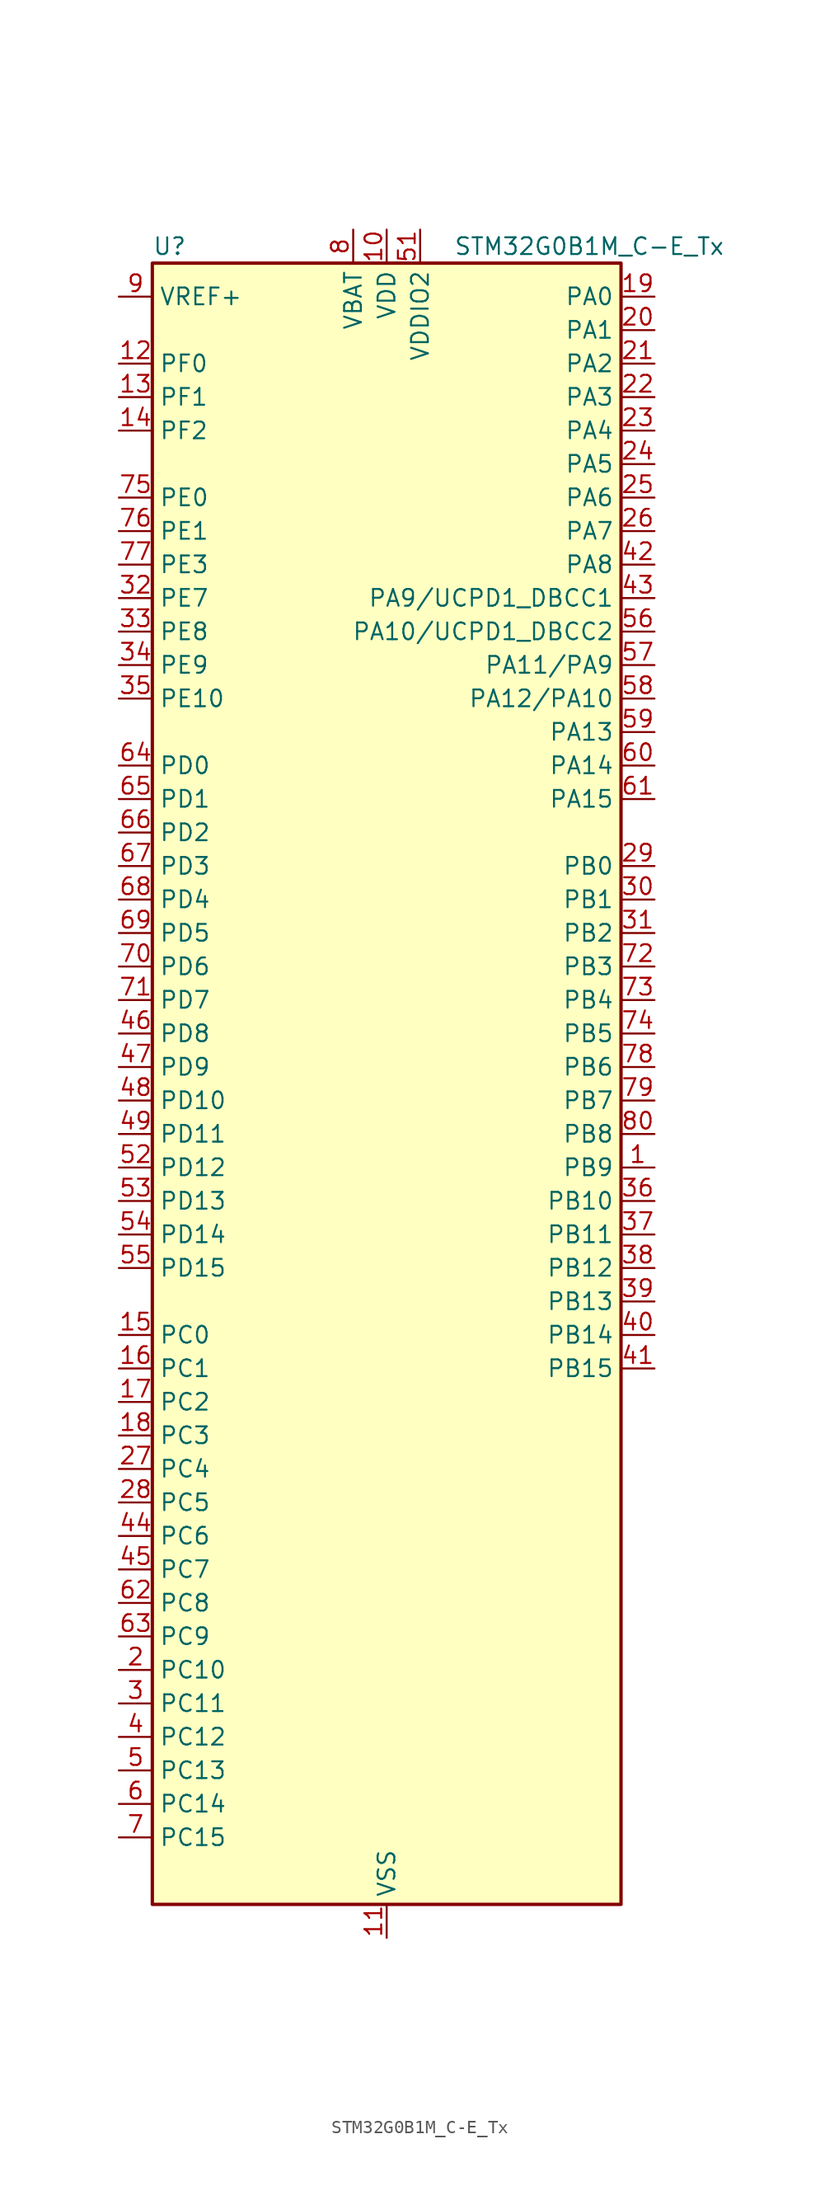
<source format=kicad_sym>
(kicad_symbol_lib
  (version 20211014)
  (generator kicad-library-utils)
  (symbol "STM32G0B1M_C-E_Tx"
    (property "Reference" "U"
      (at -17.78 64.77 0)
      (effects (font (size 1.27 1.27)) (justify left)))
    (property "Value" "STM32G0B1M_C-E_Tx"
      (at 5.08 64.77 0)
      (effects (font (size 1.27 1.27)) (justify left)))
    (property "ki_fp_filters" "LQFP*12x12mm*P0.5mm*"
      (at 0.0 0.0 0.0)
      (effects (font (size 1.27 1.27))))
    (symbol "STM32G0B1M_C-E_Tx_0_1"
      (rectangle (start -17.78 -60.96) (end 17.78 63.5) (stroke (width 0.254)) (fill (type background))))
    (symbol "STM32G0B1M_C-E_Tx_1_1"
      (pin input line (at -20.32 60.96 0) (length 2.54) (name "VREF+" (effects (font (size 1.27 1.27)))) (number "9" (effects (font (size 1.27 1.27)))) (alternate "VREFBUF_OUT" bidirectional line))
      (pin bidirectional line (at -20.32 55.88 0) (length 2.54) (name "PF0" (effects (font (size 1.27 1.27)))) (number "12" (effects (font (size 1.27 1.27)))) (alternate "CRS1_SYNC" bidirectional line) (alternate "RCC_OSC_IN" bidirectional line) (alternate "TIM14_CH1" bidirectional line))
      (pin bidirectional line (at -20.32 53.34 0) (length 2.54) (name "PF1" (effects (font (size 1.27 1.27)))) (number "13" (effects (font (size 1.27 1.27)))) (alternate "RCC_OSC_EN" bidirectional line) (alternate "RCC_OSC_OUT" bidirectional line) (alternate "TIM15_CH1N" bidirectional line))
      (pin bidirectional line (at -20.32 50.8 0) (length 2.54) (name "PF2" (effects (font (size 1.27 1.27)))) (number "14" (effects (font (size 1.27 1.27)))) (alternate "LPUART2_DE" bidirectional line) (alternate "LPUART2_RTS" bidirectional line) (alternate "LPUART2_TX" bidirectional line) (alternate "RCC_MCO" bidirectional line))
      (pin bidirectional line (at -20.32 45.72 0) (length 2.54) (name "PE0" (effects (font (size 1.27 1.27)))) (number "75" (effects (font (size 1.27 1.27)))) (alternate "TIM16_CH1" bidirectional line) (alternate "TIM4_ETR" bidirectional line))
      (pin bidirectional line (at -20.32 43.18 0) (length 2.54) (name "PE1" (effects (font (size 1.27 1.27)))) (number "76" (effects (font (size 1.27 1.27)))) (alternate "TIM17_CH1" bidirectional line))
      (pin bidirectional line (at -20.32 40.64 0) (length 2.54) (name "PE3" (effects (font (size 1.27 1.27)))) (number "77" (effects (font (size 1.27 1.27)))) (alternate "TIM3_CH1" bidirectional line))
      (pin bidirectional line (at -20.32 38.1 0) (length 2.54) (name "PE7" (effects (font (size 1.27 1.27)))) (number "32" (effects (font (size 1.27 1.27)))) (alternate "COMP3_INP" bidirectional line) (alternate "TIM1_ETR" bidirectional line) (alternate "USART5_CK" bidirectional line) (alternate "USART5_DE" bidirectional line) (alternate "USART5_RTS" bidirectional line))
      (pin bidirectional line (at -20.32 35.56 0) (length 2.54) (name "PE8" (effects (font (size 1.27 1.27)))) (number "33" (effects (font (size 1.27 1.27)))) (alternate "COMP3_INM" bidirectional line) (alternate "TIM1_CH1N" bidirectional line) (alternate "USART4_TX" bidirectional line))
      (pin bidirectional line (at -20.32 33.02 0) (length 2.54) (name "PE9" (effects (font (size 1.27 1.27)))) (number "34" (effects (font (size 1.27 1.27)))) (alternate "DAC1_EXTI9" bidirectional line) (alternate "TIM1_CH1" bidirectional line) (alternate "USART4_RX" bidirectional line))
      (pin bidirectional line (at -20.32 30.48 0) (length 2.54) (name "PE10" (effects (font (size 1.27 1.27)))) (number "35" (effects (font (size 1.27 1.27)))) (alternate "TIM1_CH2N" bidirectional line) (alternate "USART5_TX" bidirectional line))
      (pin bidirectional line (at -20.32 25.4 0) (length 2.54) (name "PD0" (effects (font (size 1.27 1.27)))) (number "64" (effects (font (size 1.27 1.27)))) (alternate "FDCAN1_RX" bidirectional line) (alternate "I2S2_WS" bidirectional line) (alternate "SPI2_NSS" bidirectional line) (alternate "TIM16_CH1" bidirectional line) (alternate "UCPD2_CC1" bidirectional line))
      (pin bidirectional line (at -20.32 22.86 0) (length 2.54) (name "PD1" (effects (font (size 1.27 1.27)))) (number "65" (effects (font (size 1.27 1.27)))) (alternate "FDCAN1_TX" bidirectional line) (alternate "I2S2_CK" bidirectional line) (alternate "SPI2_SCK" bidirectional line) (alternate "TIM17_CH1" bidirectional line) (alternate "UCPD2_DBCC1" bidirectional line))
      (pin bidirectional line (at -20.32 20.32 0) (length 2.54) (name "PD2" (effects (font (size 1.27 1.27)))) (number "66" (effects (font (size 1.27 1.27)))) (alternate "TIM1_CH1N" bidirectional line) (alternate "TIM3_ETR" bidirectional line) (alternate "UCPD2_CC2" bidirectional line) (alternate "USART3_CK" bidirectional line) (alternate "USART3_DE" bidirectional line) (alternate "USART3_RTS" bidirectional line) (alternate "USART5_RX" bidirectional line))
      (pin bidirectional line (at -20.32 17.78 0) (length 2.54) (name "PD3" (effects (font (size 1.27 1.27)))) (number "67" (effects (font (size 1.27 1.27)))) (alternate "I2S2_MCK" bidirectional line) (alternate "SPI2_MISO" bidirectional line) (alternate "TIM1_CH2N" bidirectional line) (alternate "UCPD2_DBCC2" bidirectional line) (alternate "USART2_CTS" bidirectional line) (alternate "USART2_NSS" bidirectional line) (alternate "USART5_TX" bidirectional line))
      (pin bidirectional line (at -20.32 15.24 0) (length 2.54) (name "PD4" (effects (font (size 1.27 1.27)))) (number "68" (effects (font (size 1.27 1.27)))) (alternate "I2S2_SD" bidirectional line) (alternate "SPI2_MOSI" bidirectional line) (alternate "TIM1_CH3N" bidirectional line) (alternate "USART2_CK" bidirectional line) (alternate "USART2_DE" bidirectional line) (alternate "USART2_RTS" bidirectional line) (alternate "USART5_CK" bidirectional line) (alternate "USART5_DE" bidirectional line) (alternate "USART5_RTS" bidirectional line))
      (pin bidirectional line (at -20.32 12.7 0) (length 2.54) (name "PD5" (effects (font (size 1.27 1.27)))) (number "69" (effects (font (size 1.27 1.27)))) (alternate "I2S1_MCK" bidirectional line) (alternate "SPI1_MISO" bidirectional line) (alternate "TIM1_BK" bidirectional line) (alternate "USART2_TX" bidirectional line) (alternate "USART5_CTS" bidirectional line) (alternate "USART5_NSS" bidirectional line))
      (pin bidirectional line (at -20.32 10.16 0) (length 2.54) (name "PD6" (effects (font (size 1.27 1.27)))) (number "70" (effects (font (size 1.27 1.27)))) (alternate "I2S1_SD" bidirectional line) (alternate "LPTIM2_OUT" bidirectional line) (alternate "SPI1_MOSI" bidirectional line) (alternate "USART2_RX" bidirectional line))
      (pin bidirectional line (at -20.32 7.62 0) (length 2.54) (name "PD7" (effects (font (size 1.27 1.27)))) (number "71" (effects (font (size 1.27 1.27)))) (alternate "RCC_MCO_2" bidirectional line))
      (pin bidirectional line (at -20.32 5.08 0) (length 2.54) (name "PD8" (effects (font (size 1.27 1.27)))) (number "46" (effects (font (size 1.27 1.27)))) (alternate "I2S1_CK" bidirectional line) (alternate "LPTIM1_OUT" bidirectional line) (alternate "SPI1_SCK" bidirectional line) (alternate "USART3_TX" bidirectional line))
      (pin bidirectional line (at -20.32 2.54 0) (length 2.54) (name "PD9" (effects (font (size 1.27 1.27)))) (number "47" (effects (font (size 1.27 1.27)))) (alternate "DAC1_EXTI9" bidirectional line) (alternate "I2S1_WS" bidirectional line) (alternate "SPI1_NSS" bidirectional line) (alternate "TIM1_BK2" bidirectional line) (alternate "USART3_RX" bidirectional line))
      (pin bidirectional line (at -20.32 0.0 0) (length 2.54) (name "PD10" (effects (font (size 1.27 1.27)))) (number "48" (effects (font (size 1.27 1.27)))) (alternate "RCC_MCO" bidirectional line))
      (pin bidirectional line (at -20.32 -2.54 0) (length 2.54) (name "PD11" (effects (font (size 1.27 1.27)))) (number "49" (effects (font (size 1.27 1.27)))) (alternate "ADC1_EXTI11" bidirectional line) (alternate "LPTIM2_ETR" bidirectional line) (alternate "USART3_CTS" bidirectional line) (alternate "USART3_NSS" bidirectional line))
      (pin bidirectional line (at -20.32 -5.08 0) (length 2.54) (name "PD12" (effects (font (size 1.27 1.27)))) (number "52" (effects (font (size 1.27 1.27)))) (alternate "FDCAN1_RX" bidirectional line) (alternate "LPTIM2_IN1" bidirectional line) (alternate "TIM4_CH1" bidirectional line) (alternate "USART3_CK" bidirectional line) (alternate "USART3_DE" bidirectional line) (alternate "USART3_RTS" bidirectional line))
      (pin bidirectional line (at -20.32 -7.62 0) (length 2.54) (name "PD13" (effects (font (size 1.27 1.27)))) (number "53" (effects (font (size 1.27 1.27)))) (alternate "FDCAN1_TX" bidirectional line) (alternate "LPTIM2_OUT" bidirectional line) (alternate "TIM4_CH2" bidirectional line))
      (pin bidirectional line (at -20.32 -10.16 0) (length 2.54) (name "PD14" (effects (font (size 1.27 1.27)))) (number "54" (effects (font (size 1.27 1.27)))) (alternate "FDCAN2_RX" bidirectional line) (alternate "LPUART2_CTS" bidirectional line) (alternate "TIM4_CH3" bidirectional line))
      (pin bidirectional line (at -20.32 -12.7 0) (length 2.54) (name "PD15" (effects (font (size 1.27 1.27)))) (number "55" (effects (font (size 1.27 1.27)))) (alternate "CRS1_SYNC" bidirectional line) (alternate "FDCAN2_TX" bidirectional line) (alternate "LPUART2_DE" bidirectional line) (alternate "LPUART2_RTS" bidirectional line) (alternate "TIM4_CH4" bidirectional line))
      (pin bidirectional line (at -20.32 -17.78 0) (length 2.54) (name "PC0" (effects (font (size 1.27 1.27)))) (number "15" (effects (font (size 1.27 1.27)))) (alternate "COMP3_INM" bidirectional line) (alternate "COMP3_OUT" bidirectional line) (alternate "I2C3_SCL" bidirectional line) (alternate "LPTIM1_IN1" bidirectional line) (alternate "LPTIM2_IN1" bidirectional line) (alternate "LPUART1_RX" bidirectional line) (alternate "LPUART2_TX" bidirectional line) (alternate "USART6_TX" bidirectional line))
      (pin bidirectional line (at -20.32 -20.32 0) (length 2.54) (name "PC1" (effects (font (size 1.27 1.27)))) (number "16" (effects (font (size 1.27 1.27)))) (alternate "COMP3_INP" bidirectional line) (alternate "I2C3_SDA" bidirectional line) (alternate "LPTIM1_OUT" bidirectional line) (alternate "LPUART1_TX" bidirectional line) (alternate "LPUART2_RX" bidirectional line) (alternate "TIM15_CH1" bidirectional line) (alternate "USART6_RX" bidirectional line))
      (pin bidirectional line (at -20.32 -22.86 0) (length 2.54) (name "PC2" (effects (font (size 1.27 1.27)))) (number "17" (effects (font (size 1.27 1.27)))) (alternate "COMP3_OUT" bidirectional line) (alternate "FDCAN2_RX" bidirectional line) (alternate "I2S2_MCK" bidirectional line) (alternate "LPTIM1_IN2" bidirectional line) (alternate "SPI2_MISO" bidirectional line) (alternate "TIM15_CH2" bidirectional line))
      (pin bidirectional line (at -20.32 -25.4 0) (length 2.54) (name "PC3" (effects (font (size 1.27 1.27)))) (number "18" (effects (font (size 1.27 1.27)))) (alternate "FDCAN2_TX" bidirectional line) (alternate "I2S2_SD" bidirectional line) (alternate "LPTIM1_ETR" bidirectional line) (alternate "LPTIM2_ETR" bidirectional line) (alternate "SPI2_MOSI" bidirectional line))
      (pin bidirectional line (at -20.32 -27.94 0) (length 2.54) (name "PC4" (effects (font (size 1.27 1.27)))) (number "27" (effects (font (size 1.27 1.27)))) (alternate "ADC1_IN17" bidirectional line) (alternate "COMP1_INM" bidirectional line) (alternate "FDCAN1_RX" bidirectional line) (alternate "TIM2_CH1" bidirectional line) (alternate "TIM2_ETR" bidirectional line) (alternate "USART1_TX" bidirectional line) (alternate "USART3_TX" bidirectional line))
      (pin bidirectional line (at -20.32 -30.48 0) (length 2.54) (name "PC5" (effects (font (size 1.27 1.27)))) (number "28" (effects (font (size 1.27 1.27)))) (alternate "ADC1_IN18" bidirectional line) (alternate "COMP1_INP" bidirectional line) (alternate "FDCAN1_TX" bidirectional line) (alternate "SYS_WKUP5" bidirectional line) (alternate "TIM2_CH2" bidirectional line) (alternate "USART1_RX" bidirectional line) (alternate "USART3_RX" bidirectional line))
      (pin bidirectional line (at -20.32 -33.02 0) (length 2.54) (name "PC6" (effects (font (size 1.27 1.27)))) (number "44" (effects (font (size 1.27 1.27)))) (alternate "LPUART2_TX" bidirectional line) (alternate "TIM2_CH3" bidirectional line) (alternate "TIM3_CH1" bidirectional line) (alternate "UCPD1_FRSTX1" bidirectional line) (alternate "UCPD1_FRSTX2" bidirectional line))
      (pin bidirectional line (at -20.32 -35.56 0) (length 2.54) (name "PC7" (effects (font (size 1.27 1.27)))) (number "45" (effects (font (size 1.27 1.27)))) (alternate "LPUART2_RX" bidirectional line) (alternate "TIM2_CH4" bidirectional line) (alternate "TIM3_CH2" bidirectional line) (alternate "UCPD2_FRSTX1" bidirectional line) (alternate "UCPD2_FRSTX2" bidirectional line))
      (pin bidirectional line (at -20.32 -38.1 0) (length 2.54) (name "PC8" (effects (font (size 1.27 1.27)))) (number "62" (effects (font (size 1.27 1.27)))) (alternate "LPUART2_CTS" bidirectional line) (alternate "TIM1_CH1" bidirectional line) (alternate "TIM3_CH3" bidirectional line) (alternate "UCPD2_FRSTX1" bidirectional line) (alternate "UCPD2_FRSTX2" bidirectional line))
      (pin bidirectional line (at -20.32 -40.64 0) (length 2.54) (name "PC9" (effects (font (size 1.27 1.27)))) (number "63" (effects (font (size 1.27 1.27)))) (alternate "DAC1_EXTI9" bidirectional line) (alternate "I2S_CKIN" bidirectional line) (alternate "LPUART2_DE" bidirectional line) (alternate "LPUART2_RTS" bidirectional line) (alternate "TIM1_CH2" bidirectional line) (alternate "TIM3_CH4" bidirectional line) (alternate "USB_NOE" bidirectional line))
      (pin bidirectional line (at -20.32 -43.18 0) (length 2.54) (name "PC10" (effects (font (size 1.27 1.27)))) (number "2" (effects (font (size 1.27 1.27)))) (alternate "SPI3_SCK" bidirectional line) (alternate "TIM1_CH3" bidirectional line) (alternate "USART3_TX" bidirectional line) (alternate "USART4_TX" bidirectional line))
      (pin bidirectional line (at -20.32 -45.72 0) (length 2.54) (name "PC11" (effects (font (size 1.27 1.27)))) (number "3" (effects (font (size 1.27 1.27)))) (alternate "ADC1_EXTI11" bidirectional line) (alternate "SPI3_MISO" bidirectional line) (alternate "TIM1_CH4" bidirectional line) (alternate "USART3_RX" bidirectional line) (alternate "USART4_RX" bidirectional line))
      (pin bidirectional line (at -20.32 -48.26 0) (length 2.54) (name "PC12" (effects (font (size 1.27 1.27)))) (number "4" (effects (font (size 1.27 1.27)))) (alternate "LPTIM1_IN1" bidirectional line) (alternate "SPI3_MOSI" bidirectional line) (alternate "TIM14_CH1" bidirectional line) (alternate "UCPD1_FRSTX1" bidirectional line) (alternate "UCPD1_FRSTX2" bidirectional line) (alternate "USART5_TX" bidirectional line))
      (pin bidirectional line (at -20.32 -50.8 0) (length 2.54) (name "PC13" (effects (font (size 1.27 1.27)))) (number "5" (effects (font (size 1.27 1.27)))) (alternate "RTC_OUT1" bidirectional line) (alternate "RTC_TAMP_IN1" bidirectional line) (alternate "RTC_TS" bidirectional line) (alternate "SYS_WKUP2" bidirectional line) (alternate "TIM1_BK" bidirectional line))
      (pin bidirectional line (at -20.32 -53.34 0) (length 2.54) (name "PC14" (effects (font (size 1.27 1.27)))) (number "6" (effects (font (size 1.27 1.27)))) (alternate "RCC_OSC32_IN" bidirectional line) (alternate "TIM1_BK2" bidirectional line))
      (pin bidirectional line (at -20.32 -55.88 0) (length 2.54) (name "PC15" (effects (font (size 1.27 1.27)))) (number "7" (effects (font (size 1.27 1.27)))) (alternate "RCC_OSC32_EN" bidirectional line) (alternate "RCC_OSC32_OUT" bidirectional line) (alternate "RCC_OSC_EN" bidirectional line) (alternate "TIM15_BK" bidirectional line))
      (pin bidirectional line (at 20.32 60.96 180) (length 2.54) (name "PA0" (effects (font (size 1.27 1.27)))) (number "19" (effects (font (size 1.27 1.27)))) (alternate "ADC1_IN0" bidirectional line) (alternate "COMP1_INM" bidirectional line) (alternate "COMP1_OUT" bidirectional line) (alternate "I2S2_CK" bidirectional line) (alternate "LPTIM1_OUT" bidirectional line) (alternate "RTC_TAMP_IN2" bidirectional line) (alternate "SPI2_SCK" bidirectional line) (alternate "SYS_WKUP1" bidirectional line) (alternate "TIM2_CH1" bidirectional line) (alternate "TIM2_ETR" bidirectional line) (alternate "UCPD2_FRSTX1" bidirectional line) (alternate "UCPD2_FRSTX2" bidirectional line) (alternate "USART2_CTS" bidirectional line) (alternate "USART2_NSS" bidirectional line) (alternate "USART4_TX" bidirectional line))
      (pin bidirectional line (at 20.32 58.42 180) (length 2.54) (name "PA1" (effects (font (size 1.27 1.27)))) (number "20" (effects (font (size 1.27 1.27)))) (alternate "ADC1_IN1" bidirectional line) (alternate "COMP1_INP" bidirectional line) (alternate "I2C1_SMBA" bidirectional line) (alternate "I2S1_CK" bidirectional line) (alternate "SPI1_SCK" bidirectional line) (alternate "TIM15_CH1N" bidirectional line) (alternate "TIM2_CH2" bidirectional line) (alternate "USART2_CK" bidirectional line) (alternate "USART2_DE" bidirectional line) (alternate "USART2_RTS" bidirectional line) (alternate "USART4_RX" bidirectional line))
      (pin bidirectional line (at 20.32 55.88 180) (length 2.54) (name "PA2" (effects (font (size 1.27 1.27)))) (number "21" (effects (font (size 1.27 1.27)))) (alternate "ADC1_IN2" bidirectional line) (alternate "COMP2_INM" bidirectional line) (alternate "COMP2_OUT" bidirectional line) (alternate "I2S1_SD" bidirectional line) (alternate "LPUART1_TX" bidirectional line) (alternate "RCC_LSCO" bidirectional line) (alternate "SPI1_MOSI" bidirectional line) (alternate "SYS_WKUP4" bidirectional line) (alternate "TIM15_CH1" bidirectional line) (alternate "TIM2_CH3" bidirectional line) (alternate "UCPD1_FRSTX1" bidirectional line) (alternate "UCPD1_FRSTX2" bidirectional line) (alternate "USART2_TX" bidirectional line))
      (pin bidirectional line (at 20.32 53.34 180) (length 2.54) (name "PA3" (effects (font (size 1.27 1.27)))) (number "22" (effects (font (size 1.27 1.27)))) (alternate "ADC1_IN3" bidirectional line) (alternate "COMP2_INP" bidirectional line) (alternate "I2S2_MCK" bidirectional line) (alternate "LPUART1_RX" bidirectional line) (alternate "SPI2_MISO" bidirectional line) (alternate "TIM15_CH2" bidirectional line) (alternate "TIM2_CH4" bidirectional line) (alternate "UCPD2_FRSTX1" bidirectional line) (alternate "UCPD2_FRSTX2" bidirectional line) (alternate "USART2_RX" bidirectional line))
      (pin bidirectional line (at 20.32 50.8 180) (length 2.54) (name "PA4" (effects (font (size 1.27 1.27)))) (number "23" (effects (font (size 1.27 1.27)))) (alternate "ADC1_IN4" bidirectional line) (alternate "DAC1_OUT1" bidirectional line) (alternate "I2S1_WS" bidirectional line) (alternate "I2S2_SD" bidirectional line) (alternate "LPTIM2_OUT" bidirectional line) (alternate "RTC_OUT2" bidirectional line) (alternate "SPI1_NSS" bidirectional line) (alternate "SPI2_MOSI" bidirectional line) (alternate "SPI3_NSS" bidirectional line) (alternate "TIM14_CH1" bidirectional line) (alternate "UCPD2_FRSTX1" bidirectional line) (alternate "UCPD2_FRSTX2" bidirectional line) (alternate "USART6_TX" bidirectional line) (alternate "USB_NOE" bidirectional line))
      (pin bidirectional line (at 20.32 48.26 180) (length 2.54) (name "PA5" (effects (font (size 1.27 1.27)))) (number "24" (effects (font (size 1.27 1.27)))) (alternate "ADC1_IN5" bidirectional line) (alternate "CEC" bidirectional line) (alternate "DAC1_OUT2" bidirectional line) (alternate "I2S1_CK" bidirectional line) (alternate "LPTIM2_ETR" bidirectional line) (alternate "SPI1_SCK" bidirectional line) (alternate "TIM2_CH1" bidirectional line) (alternate "TIM2_ETR" bidirectional line) (alternate "UCPD1_FRSTX1" bidirectional line) (alternate "UCPD1_FRSTX2" bidirectional line) (alternate "USART3_TX" bidirectional line) (alternate "USART6_RX" bidirectional line))
      (pin bidirectional line (at 20.32 45.72 180) (length 2.54) (name "PA6" (effects (font (size 1.27 1.27)))) (number "25" (effects (font (size 1.27 1.27)))) (alternate "ADC1_IN6" bidirectional line) (alternate "COMP1_OUT" bidirectional line) (alternate "I2C2_SDA" bidirectional line) (alternate "I2C3_SDA" bidirectional line) (alternate "I2S1_MCK" bidirectional line) (alternate "LPUART1_CTS" bidirectional line) (alternate "SPI1_MISO" bidirectional line) (alternate "TIM16_CH1" bidirectional line) (alternate "TIM1_BK" bidirectional line) (alternate "TIM3_CH1" bidirectional line) (alternate "USART3_CTS" bidirectional line) (alternate "USART3_NSS" bidirectional line) (alternate "USART6_CTS" bidirectional line) (alternate "USART6_NSS" bidirectional line))
      (pin bidirectional line (at 20.32 43.18 180) (length 2.54) (name "PA7" (effects (font (size 1.27 1.27)))) (number "26" (effects (font (size 1.27 1.27)))) (alternate "ADC1_IN7" bidirectional line) (alternate "COMP2_OUT" bidirectional line) (alternate "I2C2_SCL" bidirectional line) (alternate "I2C3_SCL" bidirectional line) (alternate "I2S1_SD" bidirectional line) (alternate "SPI1_MOSI" bidirectional line) (alternate "TIM14_CH1" bidirectional line) (alternate "TIM17_CH1" bidirectional line) (alternate "TIM1_CH1N" bidirectional line) (alternate "TIM3_CH2" bidirectional line) (alternate "UCPD1_FRSTX1" bidirectional line) (alternate "UCPD1_FRSTX2" bidirectional line) (alternate "USART6_CK" bidirectional line) (alternate "USART6_DE" bidirectional line) (alternate "USART6_RTS" bidirectional line))
      (pin bidirectional line (at 20.32 40.64 180) (length 2.54) (name "PA8" (effects (font (size 1.27 1.27)))) (number "42" (effects (font (size 1.27 1.27)))) (alternate "CRS1_SYNC" bidirectional line) (alternate "I2C2_SMBA" bidirectional line) (alternate "I2S2_WS" bidirectional line) (alternate "LPTIM2_OUT" bidirectional line) (alternate "RCC_MCO" bidirectional line) (alternate "SPI2_NSS" bidirectional line) (alternate "TIM1_CH1" bidirectional line) (alternate "UCPD1_CC1" bidirectional line))
      (pin bidirectional line (at 20.32 38.1 180) (length 2.54) (name "PA9/UCPD1_DBCC1" (effects (font (size 1.27 1.27)))) (number "43" (effects (font (size 1.27 1.27)))) (alternate "DAC1_EXTI9" bidirectional line) (alternate "I2C1_SCL" bidirectional line) (alternate "I2C2_SCL" bidirectional line) (alternate "I2S2_MCK" bidirectional line) (alternate "RCC_MCO" bidirectional line) (alternate "SPI2_MISO" bidirectional line) (alternate "TIM15_BK" bidirectional line) (alternate "TIM1_CH2" bidirectional line) (alternate "UCPD1_DBCC1" bidirectional line) (alternate "USART1_TX" bidirectional line))
      (pin bidirectional line (at 20.32 35.56 180) (length 2.54) (name "PA10/UCPD1_DBCC2" (effects (font (size 1.27 1.27)))) (number "56" (effects (font (size 1.27 1.27)))) (alternate "I2C1_SDA" bidirectional line) (alternate "I2C2_SDA" bidirectional line) (alternate "I2S2_SD" bidirectional line) (alternate "RCC_MCO_2" bidirectional line) (alternate "SPI2_MOSI" bidirectional line) (alternate "TIM17_BK" bidirectional line) (alternate "TIM1_CH3" bidirectional line) (alternate "UCPD1_DBCC2" bidirectional line) (alternate "USART1_RX" bidirectional line))
      (pin bidirectional line (at 20.32 33.02 180) (length 2.54) (name "PA11/PA9" (effects (font (size 1.27 1.27)))) (number "57" (effects (font (size 1.27 1.27)))) (alternate "ADC1_EXTI11" bidirectional line) (alternate "COMP1_OUT" bidirectional line) (alternate "FDCAN1_RX" bidirectional line) (alternate "I2C2_SCL" bidirectional line) (alternate "I2S1_MCK" bidirectional line) (alternate "SPI1_MISO" bidirectional line) (alternate "TIM1_BK2" bidirectional line) (alternate "TIM1_CH4" bidirectional line) (alternate "USART1_CTS" bidirectional line) (alternate "USART1_NSS" bidirectional line) (alternate "USB_DM" bidirectional line))
      (pin bidirectional line (at 20.32 30.48 180) (length 2.54) (name "PA12/PA10" (effects (font (size 1.27 1.27)))) (number "58" (effects (font (size 1.27 1.27)))) (alternate "COMP2_OUT" bidirectional line) (alternate "FDCAN1_TX" bidirectional line) (alternate "I2C2_SDA" bidirectional line) (alternate "I2S1_SD" bidirectional line) (alternate "I2S_CKIN" bidirectional line) (alternate "SPI1_MOSI" bidirectional line) (alternate "TIM1_ETR" bidirectional line) (alternate "USART1_CK" bidirectional line) (alternate "USART1_DE" bidirectional line) (alternate "USART1_RTS" bidirectional line) (alternate "USB_DP" bidirectional line))
      (pin bidirectional line (at 20.32 27.94 180) (length 2.54) (name "PA13" (effects (font (size 1.27 1.27)))) (number "59" (effects (font (size 1.27 1.27)))) (alternate "IR_OUT" bidirectional line) (alternate "LPUART2_RX" bidirectional line) (alternate "SYS_SWDIO" bidirectional line) (alternate "USB_NOE" bidirectional line))
      (pin bidirectional line (at 20.32 25.4 180) (length 2.54) (name "PA14" (effects (font (size 1.27 1.27)))) (number "60" (effects (font (size 1.27 1.27)))) (alternate "LPUART2_TX" bidirectional line) (alternate "SYS_SWCLK" bidirectional line) (alternate "USART2_TX" bidirectional line))
      (pin bidirectional line (at 20.32 22.86 180) (length 2.54) (name "PA15" (effects (font (size 1.27 1.27)))) (number "61" (effects (font (size 1.27 1.27)))) (alternate "I2C2_SMBA" bidirectional line) (alternate "I2S1_WS" bidirectional line) (alternate "RCC_MCO_2" bidirectional line) (alternate "SPI1_NSS" bidirectional line) (alternate "SPI3_NSS" bidirectional line) (alternate "TIM2_CH1" bidirectional line) (alternate "TIM2_ETR" bidirectional line) (alternate "USART2_RX" bidirectional line) (alternate "USART3_CK" bidirectional line) (alternate "USART3_DE" bidirectional line) (alternate "USART3_RTS" bidirectional line) (alternate "USART4_CK" bidirectional line) (alternate "USART4_DE" bidirectional line) (alternate "USART4_RTS" bidirectional line) (alternate "USB_NOE" bidirectional line))
      (pin bidirectional line (at 20.32 17.78 180) (length 2.54) (name "PB0" (effects (font (size 1.27 1.27)))) (number "29" (effects (font (size 1.27 1.27)))) (alternate "ADC1_IN8" bidirectional line) (alternate "COMP1_OUT" bidirectional line) (alternate "COMP3_INP" bidirectional line) (alternate "FDCAN2_RX" bidirectional line) (alternate "I2S1_WS" bidirectional line) (alternate "LPTIM1_OUT" bidirectional line) (alternate "LPUART2_CTS" bidirectional line) (alternate "SPI1_NSS" bidirectional line) (alternate "TIM1_CH2N" bidirectional line) (alternate "TIM3_CH3" bidirectional line) (alternate "UCPD1_FRSTX1" bidirectional line) (alternate "UCPD1_FRSTX2" bidirectional line) (alternate "USART3_RX" bidirectional line) (alternate "USART5_TX" bidirectional line))
      (pin bidirectional line (at 20.32 15.24 180) (length 2.54) (name "PB1" (effects (font (size 1.27 1.27)))) (number "30" (effects (font (size 1.27 1.27)))) (alternate "ADC1_IN9" bidirectional line) (alternate "COMP1_INM" bidirectional line) (alternate "COMP3_OUT" bidirectional line) (alternate "FDCAN2_TX" bidirectional line) (alternate "LPTIM2_IN1" bidirectional line) (alternate "LPUART1_DE" bidirectional line) (alternate "LPUART1_RTS" bidirectional line) (alternate "LPUART2_DE" bidirectional line) (alternate "LPUART2_RTS" bidirectional line) (alternate "TIM14_CH1" bidirectional line) (alternate "TIM1_CH3N" bidirectional line) (alternate "TIM3_CH4" bidirectional line) (alternate "USART3_CK" bidirectional line) (alternate "USART3_DE" bidirectional line) (alternate "USART3_RTS" bidirectional line) (alternate "USART5_RX" bidirectional line))
      (pin bidirectional line (at 20.32 12.7 180) (length 2.54) (name "PB2" (effects (font (size 1.27 1.27)))) (number "31" (effects (font (size 1.27 1.27)))) (alternate "ADC1_IN10" bidirectional line) (alternate "COMP1_INP" bidirectional line) (alternate "COMP3_INM" bidirectional line) (alternate "I2S2_MCK" bidirectional line) (alternate "LPTIM1_OUT" bidirectional line) (alternate "RCC_MCO_2" bidirectional line) (alternate "SPI2_MISO" bidirectional line) (alternate "USART3_TX" bidirectional line))
      (pin bidirectional line (at 20.32 10.16 180) (length 2.54) (name "PB3" (effects (font (size 1.27 1.27)))) (number "72" (effects (font (size 1.27 1.27)))) (alternate "COMP2_INM" bidirectional line) (alternate "I2C2_SCL" bidirectional line) (alternate "I2C3_SCL" bidirectional line) (alternate "I2S1_CK" bidirectional line) (alternate "SPI1_SCK" bidirectional line) (alternate "SPI3_SCK" bidirectional line) (alternate "TIM1_CH2" bidirectional line) (alternate "TIM2_CH2" bidirectional line) (alternate "USART1_CK" bidirectional line) (alternate "USART1_DE" bidirectional line) (alternate "USART1_RTS" bidirectional line) (alternate "USART5_TX" bidirectional line))
      (pin bidirectional line (at 20.32 7.62 180) (length 2.54) (name "PB4" (effects (font (size 1.27 1.27)))) (number "73" (effects (font (size 1.27 1.27)))) (alternate "COMP2_INP" bidirectional line) (alternate "I2C2_SDA" bidirectional line) (alternate "I2C3_SDA" bidirectional line) (alternate "I2S1_MCK" bidirectional line) (alternate "SPI1_MISO" bidirectional line) (alternate "SPI3_MISO" bidirectional line) (alternate "TIM17_BK" bidirectional line) (alternate "TIM3_CH1" bidirectional line) (alternate "USART1_CTS" bidirectional line) (alternate "USART1_NSS" bidirectional line) (alternate "USART5_RX" bidirectional line))
      (pin bidirectional line (at 20.32 5.08 180) (length 2.54) (name "PB5" (effects (font (size 1.27 1.27)))) (number "74" (effects (font (size 1.27 1.27)))) (alternate "COMP2_OUT" bidirectional line) (alternate "FDCAN2_RX" bidirectional line) (alternate "I2C1_SMBA" bidirectional line) (alternate "I2S1_SD" bidirectional line) (alternate "LPTIM1_IN1" bidirectional line) (alternate "SPI1_MOSI" bidirectional line) (alternate "SPI3_MOSI" bidirectional line) (alternate "SYS_WKUP6" bidirectional line) (alternate "TIM16_BK" bidirectional line) (alternate "TIM3_CH2" bidirectional line) (alternate "USART5_CK" bidirectional line) (alternate "USART5_DE" bidirectional line) (alternate "USART5_RTS" bidirectional line))
      (pin bidirectional line (at 20.32 2.54 180) (length 2.54) (name "PB6" (effects (font (size 1.27 1.27)))) (number "78" (effects (font (size 1.27 1.27)))) (alternate "COMP2_INP" bidirectional line) (alternate "FDCAN2_TX" bidirectional line) (alternate "I2C1_SCL" bidirectional line) (alternate "I2S2_MCK" bidirectional line) (alternate "LPTIM1_ETR" bidirectional line) (alternate "LPUART2_TX" bidirectional line) (alternate "SPI2_MISO" bidirectional line) (alternate "TIM16_CH1N" bidirectional line) (alternate "TIM1_CH3" bidirectional line) (alternate "TIM4_CH1" bidirectional line) (alternate "USART1_TX" bidirectional line) (alternate "USART5_CTS" bidirectional line) (alternate "USART5_NSS" bidirectional line))
      (pin bidirectional line (at 20.32 0.0 180) (length 2.54) (name "PB7" (effects (font (size 1.27 1.27)))) (number "79" (effects (font (size 1.27 1.27)))) (alternate "COMP2_INM" bidirectional line) (alternate "I2C1_SDA" bidirectional line) (alternate "I2S2_SD" bidirectional line) (alternate "LPTIM1_IN2" bidirectional line) (alternate "LPUART2_RX" bidirectional line) (alternate "SPI2_MOSI" bidirectional line) (alternate "SYS_PVD_IN" bidirectional line) (alternate "TIM17_CH1N" bidirectional line) (alternate "TIM4_CH2" bidirectional line) (alternate "USART1_RX" bidirectional line) (alternate "USART4_CTS" bidirectional line) (alternate "USART4_NSS" bidirectional line))
      (pin bidirectional line (at 20.32 -2.54 180) (length 2.54) (name "PB8" (effects (font (size 1.27 1.27)))) (number "80" (effects (font (size 1.27 1.27)))) (alternate "CEC" bidirectional line) (alternate "FDCAN1_RX" bidirectional line) (alternate "I2C1_SCL" bidirectional line) (alternate "I2S2_CK" bidirectional line) (alternate "SPI2_SCK" bidirectional line) (alternate "TIM15_BK" bidirectional line) (alternate "TIM16_CH1" bidirectional line) (alternate "TIM4_CH3" bidirectional line) (alternate "USART3_TX" bidirectional line) (alternate "USART6_TX" bidirectional line))
      (pin bidirectional line (at 20.32 -5.08 180) (length 2.54) (name "PB9" (effects (font (size 1.27 1.27)))) (number "1" (effects (font (size 1.27 1.27)))) (alternate "DAC1_EXTI9" bidirectional line) (alternate "FDCAN1_TX" bidirectional line) (alternate "I2C1_SDA" bidirectional line) (alternate "I2S2_WS" bidirectional line) (alternate "IR_OUT" bidirectional line) (alternate "SPI2_NSS" bidirectional line) (alternate "TIM17_CH1" bidirectional line) (alternate "TIM4_CH4" bidirectional line) (alternate "UCPD2_FRSTX1" bidirectional line) (alternate "UCPD2_FRSTX2" bidirectional line) (alternate "USART3_RX" bidirectional line) (alternate "USART6_RX" bidirectional line))
      (pin bidirectional line (at 20.32 -7.62 180) (length 2.54) (name "PB10" (effects (font (size 1.27 1.27)))) (number "36" (effects (font (size 1.27 1.27)))) (alternate "ADC1_IN11" bidirectional line) (alternate "CEC" bidirectional line) (alternate "COMP1_OUT" bidirectional line) (alternate "I2C2_SCL" bidirectional line) (alternate "I2S2_CK" bidirectional line) (alternate "LPUART1_RX" bidirectional line) (alternate "SPI2_SCK" bidirectional line) (alternate "TIM2_CH3" bidirectional line) (alternate "USART3_TX" bidirectional line))
      (pin bidirectional line (at 20.32 -10.16 180) (length 2.54) (name "PB11" (effects (font (size 1.27 1.27)))) (number "37" (effects (font (size 1.27 1.27)))) (alternate "ADC1_EXTI11" bidirectional line) (alternate "ADC1_IN15" bidirectional line) (alternate "COMP2_OUT" bidirectional line) (alternate "I2C2_SDA" bidirectional line) (alternate "I2S2_SD" bidirectional line) (alternate "LPUART1_TX" bidirectional line) (alternate "SPI2_MOSI" bidirectional line) (alternate "TIM2_CH4" bidirectional line) (alternate "USART3_RX" bidirectional line))
      (pin bidirectional line (at 20.32 -12.7 180) (length 2.54) (name "PB12" (effects (font (size 1.27 1.27)))) (number "38" (effects (font (size 1.27 1.27)))) (alternate "ADC1_IN16" bidirectional line) (alternate "FDCAN2_RX" bidirectional line) (alternate "I2C2_SMBA" bidirectional line) (alternate "I2S2_WS" bidirectional line) (alternate "LPUART1_DE" bidirectional line) (alternate "LPUART1_RTS" bidirectional line) (alternate "SPI2_NSS" bidirectional line) (alternate "TIM15_BK" bidirectional line) (alternate "TIM1_BK" bidirectional line) (alternate "UCPD2_FRSTX1" bidirectional line) (alternate "UCPD2_FRSTX2" bidirectional line))
      (pin bidirectional line (at 20.32 -15.24 180) (length 2.54) (name "PB13" (effects (font (size 1.27 1.27)))) (number "39" (effects (font (size 1.27 1.27)))) (alternate "FDCAN2_TX" bidirectional line) (alternate "I2C2_SCL" bidirectional line) (alternate "I2S2_CK" bidirectional line) (alternate "LPUART1_CTS" bidirectional line) (alternate "SPI2_SCK" bidirectional line) (alternate "TIM15_CH1N" bidirectional line) (alternate "TIM1_CH1N" bidirectional line) (alternate "USART3_CTS" bidirectional line) (alternate "USART3_NSS" bidirectional line))
      (pin bidirectional line (at 20.32 -17.78 180) (length 2.54) (name "PB14" (effects (font (size 1.27 1.27)))) (number "40" (effects (font (size 1.27 1.27)))) (alternate "I2C2_SDA" bidirectional line) (alternate "I2S2_MCK" bidirectional line) (alternate "SPI2_MISO" bidirectional line) (alternate "TIM15_CH1" bidirectional line) (alternate "TIM1_CH2N" bidirectional line) (alternate "UCPD1_FRSTX1" bidirectional line) (alternate "UCPD1_FRSTX2" bidirectional line) (alternate "USART3_CK" bidirectional line) (alternate "USART3_DE" bidirectional line) (alternate "USART3_RTS" bidirectional line) (alternate "USART6_CK" bidirectional line) (alternate "USART6_DE" bidirectional line) (alternate "USART6_RTS" bidirectional line))
      (pin bidirectional line (at 20.32 -20.32 180) (length 2.54) (name "PB15" (effects (font (size 1.27 1.27)))) (number "41" (effects (font (size 1.27 1.27)))) (alternate "I2S2_SD" bidirectional line) (alternate "RTC_REFIN" bidirectional line) (alternate "SPI2_MOSI" bidirectional line) (alternate "TIM15_CH1N" bidirectional line) (alternate "TIM15_CH2" bidirectional line) (alternate "TIM1_CH3N" bidirectional line) (alternate "UCPD1_CC2" bidirectional line) (alternate "USART6_CTS" bidirectional line) (alternate "USART6_NSS" bidirectional line))
      (pin power_in line (at -2.54 66.04 270) (length 2.54) (name "VBAT" (effects (font (size 1.27 1.27)))) (number "8" (effects (font (size 1.27 1.27)))))
      (pin power_in line (at 0.0 66.04 270) (length 2.54) (name "VDD" (effects (font (size 1.27 1.27)))) (number "10" (effects (font (size 1.27 1.27)))))
      (pin power_in line (at 2.54 66.04 270) (length 2.54) (name "VDDIO2" (effects (font (size 1.27 1.27)))) (number "51" (effects (font (size 1.27 1.27)))))
      (pin power_in line (at 0.0 -63.5 90) (length 2.54) (name "VSS" (effects (font (size 1.27 1.27)))) (number "11" (effects (font (size 1.27 1.27)))))
      (pin passive line (at 0.0 -63.5 90) (length 2.54) hide (name "VSS" (effects (font (size 1.27 1.27)))) (number "50" (effects (font (size 1.27 1.27))))))))
</source>
